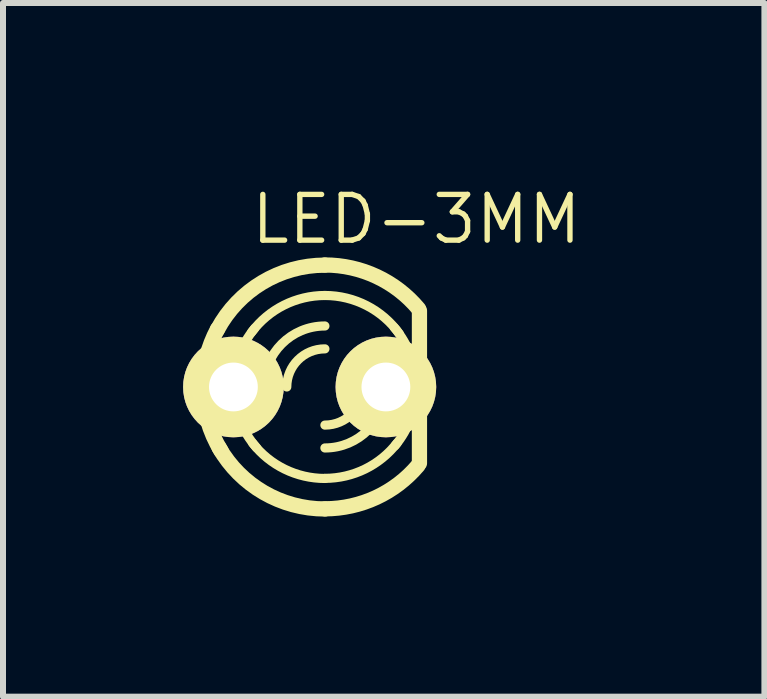
<source format=kicad_pcb>
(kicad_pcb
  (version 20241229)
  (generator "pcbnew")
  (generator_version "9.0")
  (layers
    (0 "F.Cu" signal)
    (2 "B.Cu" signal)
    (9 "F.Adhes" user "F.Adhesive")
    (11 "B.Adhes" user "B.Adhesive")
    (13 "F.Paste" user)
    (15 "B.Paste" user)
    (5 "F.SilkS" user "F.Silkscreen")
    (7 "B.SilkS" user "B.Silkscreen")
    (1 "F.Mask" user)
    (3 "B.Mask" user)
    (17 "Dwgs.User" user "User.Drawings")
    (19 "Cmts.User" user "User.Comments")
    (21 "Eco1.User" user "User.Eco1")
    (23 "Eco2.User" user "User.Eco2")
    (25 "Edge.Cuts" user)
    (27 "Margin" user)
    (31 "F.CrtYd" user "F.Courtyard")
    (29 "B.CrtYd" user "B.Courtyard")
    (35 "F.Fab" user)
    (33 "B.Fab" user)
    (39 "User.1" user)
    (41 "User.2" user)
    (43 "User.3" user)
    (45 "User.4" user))
  (footprint "LED-3MM"
    (layer "F.Cu")
    (at 2.108 3.396)
    (property "Reference" "LED-3MM" (at 1.778 -2.794 0) (layer "F.SilkS") (effects (font (size 0.762 0.762) (thickness 0.089))))
    (attr through_hole)
    (fp_line (start 1.829 1.27) (end 1.829 -1.27) (stroke (width 0.254) (type solid)) (layer "F.SilkS"))
    (fp_arc (start -1.778 0) (mid -1.716347 -0.496745) (end -1.53513 -0.963347) (stroke (width 0.254) (type solid)) (layer "F.SilkS"))
    (fp_arc (start -1.5367 -0.95504) (mid -0.790567 -1.739997) (end 0.253025 -2.02946) (stroke (width 0.254) (type solid)) (layer "F.SilkS"))
    (fp_arc (start -1.47574 1.06426) (mid -1.700164 0.553076) (end -1.776923 0.0001) (stroke (width 0.254) (type solid)) (layer "F.SilkS"))
    (fp_arc (start -1.27 0) (mid -1.178999 -0.518738) (end -0.916864 -0.975527) (stroke (width 0.1524) (type solid)) (layer "F.SilkS"))
    (fp_arc (start -0.9652 -0.9144) (mid -0.427912 -1.362928) (end 0.253199 -1.524) (stroke (width 0.1524) (type solid)) (layer "F.SilkS"))
    (fp_arc (start -0.88392 1.01092) (mid -1.168742 0.540951) (end -1.268111 0.000469) (stroke (width 0.1524) (type solid)) (layer "F.SilkS"))
    (fp_arc (start -0.762 0) (mid -0.46442 -0.71842) (end 0.254 -1.016) (stroke (width 0.1524) (type solid)) (layer "F.SilkS"))
    (fp_arc (start -0.381 0) (mid -0.195013 -0.449013) (end 0.254 -0.635) (stroke (width 0.1524) (type solid)) (layer "F.SilkS"))
    (fp_arc (start 0.254 -2.032) (mid 1.114367 -1.840867) (end 1.81288 -1.303426) (stroke (width 0.254) (type solid)) (layer "F.SilkS"))
    (fp_arc (start 0.254 -1.524) (mid 0.950618 -1.35547) (end 1.493166 -0.887155) (stroke (width 0.1524) (type solid)) (layer "F.SilkS"))
    (fp_arc (start 0.254 1.524) (mid -0.415273 1.369179) (end -0.948564 0.936171) (stroke (width 0.1524) (type solid)) (layer "F.SilkS"))
    (fp_arc (start 0.254 2.032) (mid -0.76507 1.757988) (end -1.509299 1.009851) (stroke (width 0.254) (type solid)) (layer "F.SilkS"))
    (fp_arc (start 0.889 0) (mid 0.703013 0.449013) (end 0.254 0.635) (stroke (width 0.1524) (type solid)) (layer "F.SilkS"))
    (fp_arc (start 1.27 0) (mid 0.97242 0.71842) (end 0.254 1.016) (stroke (width 0.1524) (type solid)) (layer "F.SilkS"))
    (fp_arc (start 1.4097 -0.9906) (mid 1.681593 -0.528119) (end 1.776147 -0.000034) (stroke (width 0.1524) (type solid)) (layer "F.SilkS"))
    (fp_arc (start 1.45542 0.93472) (mid 0.922882 1.367373) (end 0.254442 1.522206) (stroke (width 0.1524) (type solid)) (layer "F.SilkS"))
    (fp_arc (start 1.778 0) (mid 1.686999 0.518738) (end 1.424864 0.975527) (stroke (width 0.1524) (type solid)) (layer "F.SilkS"))
    (fp_arc (start 1.8034 1.31064) (mid 1.109154 1.840416) (end 0.256552 2.029387) (stroke (width 0.254) (type solid)) (layer "F.SilkS"))
    (fp_circle (center 0 0) (end 0 -1.55) (stroke (width 0.15) (type solid)) (fill no) (layer "Eco2.User"))
    (pad "1" thru_hole circle (at -1.27 0) (size 1.676 1.676) (drill 0.813) (layers "*.Cu" "*.Mask" "F.SilkS"))
    (pad "2" thru_hole circle (at 1.27 0) (size 1.676 1.676) (drill 0.813) (layers "*.Cu" "*.Mask" "F.SilkS")))
  (gr_rect
    (start -3 -3)
    (end 9.683 8.555)
    (stroke (width 0.1) (type default))
    (fill no)
    (layer "Edge.Cuts")))
</source>
